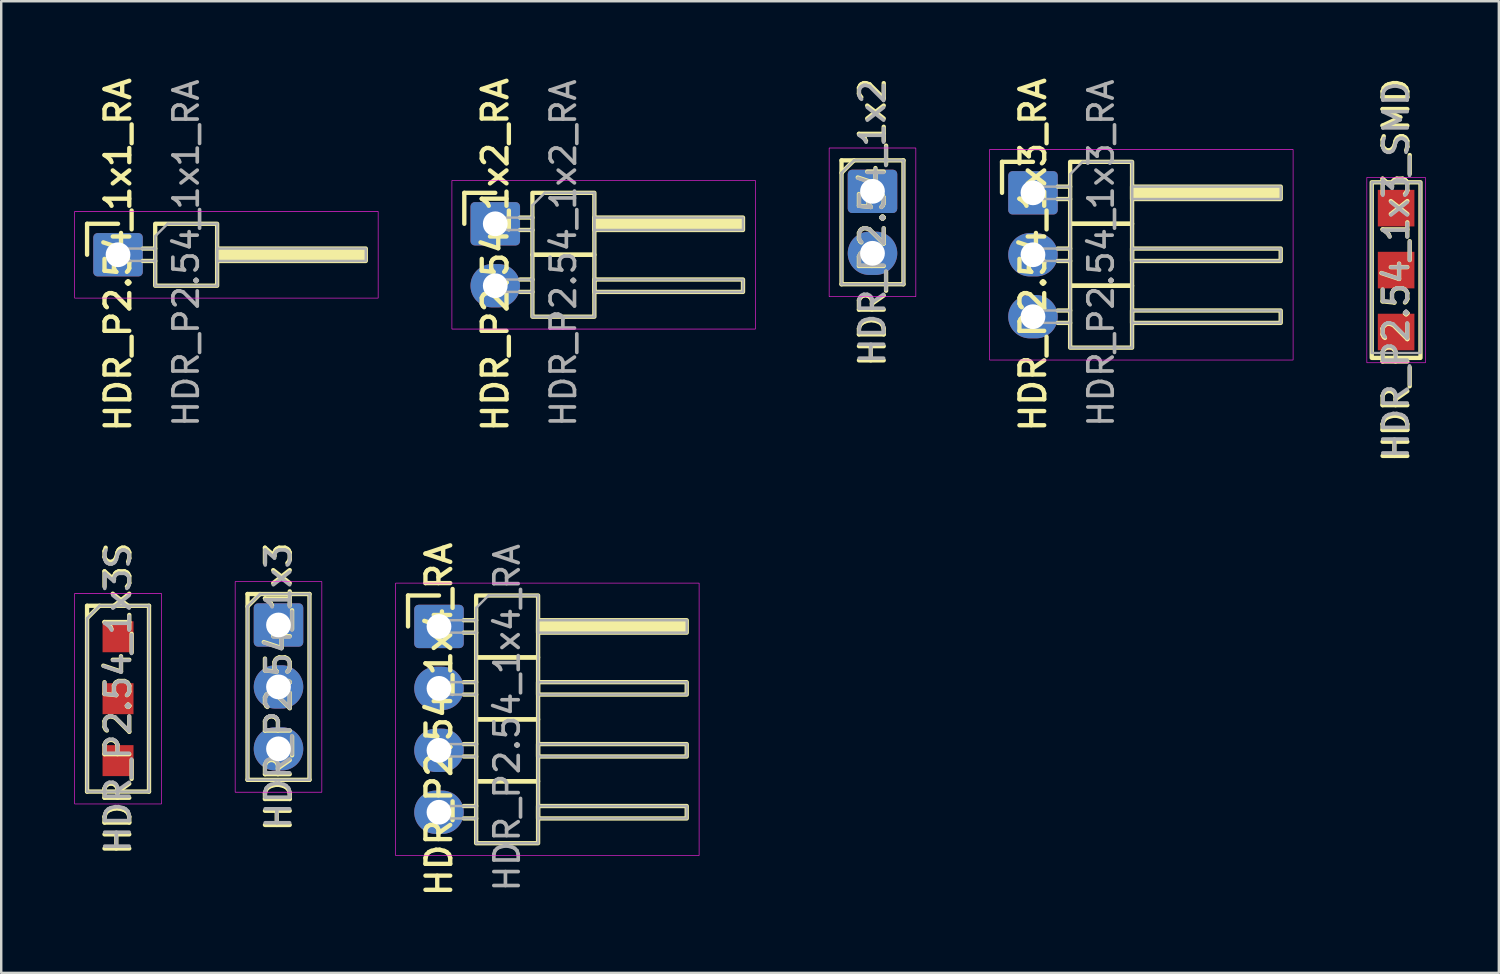
<source format=kicad_pcb>
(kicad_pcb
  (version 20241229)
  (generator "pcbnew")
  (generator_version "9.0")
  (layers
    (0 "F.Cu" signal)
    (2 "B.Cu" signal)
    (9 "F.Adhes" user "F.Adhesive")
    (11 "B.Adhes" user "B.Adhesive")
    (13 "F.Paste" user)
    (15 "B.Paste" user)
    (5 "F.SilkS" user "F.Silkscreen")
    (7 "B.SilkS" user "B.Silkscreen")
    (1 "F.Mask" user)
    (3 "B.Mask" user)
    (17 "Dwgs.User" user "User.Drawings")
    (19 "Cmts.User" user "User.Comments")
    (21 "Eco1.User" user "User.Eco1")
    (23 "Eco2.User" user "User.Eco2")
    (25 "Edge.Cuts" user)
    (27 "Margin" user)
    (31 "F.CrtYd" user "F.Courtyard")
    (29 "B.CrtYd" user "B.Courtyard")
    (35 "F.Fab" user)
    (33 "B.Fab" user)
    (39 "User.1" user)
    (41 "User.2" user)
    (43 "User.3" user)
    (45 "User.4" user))
  (footprint "HDR_P2.54_1x1_RA"
    (layer "F.Cu")
    (at 1.791 7.398)
    (property "Reference" "HDR_P2.54_1x1_RA" (at 0 0 90) (layer "F.SilkS") (effects (font (size 1.016 1.016) (thickness 0.178))))
    (attr through_hole)
    (fp_line (start -1.27 -1.27) (end 0 -1.27) (stroke (width 0.178) (type solid)) (layer "F.SilkS"))
    (fp_line (start -1.27 0) (end -1.27 -1.27) (stroke (width 0.178) (type solid)) (layer "F.SilkS"))
    (fp_line (start 1.016 -0.254) (end 1.524 -0.254) (stroke (width 0.178) (type solid)) (layer "F.SilkS"))
    (fp_line (start 1.016 0.254) (end 1.524 0.254) (stroke (width 0.178) (type solid)) (layer "F.SilkS"))
    (fp_rect (start 1.524 1.27) (end 4.064 -1.27) (stroke (width 0.178) (type solid)) (fill no) (layer "F.SilkS"))
    (fp_rect (start 4.064 -0.254) (end 10.16 0.254) (stroke (width 0.178) (type solid)) (fill yes) (layer "F.SilkS"))
    (fp_rect (start -1.778 -1.778) (end 10.668 1.778) (stroke (width 0.025) (type solid)) (fill no) (layer "F.CrtYd"))
    (fp_line (start 1.524 -0.762) (end 2.032 -1.27) (stroke (width 0.1) (type solid)) (layer "F.Fab"))
    (fp_line (start 1.524 1.27) (end 1.524 -0.762) (stroke (width 0.1) (type solid)) (layer "F.Fab"))
    (fp_line (start 2.032 -1.27) (end 4.064 -1.27) (stroke (width 0.1) (type solid)) (layer "F.Fab"))
    (fp_line (start 4.064 -1.27) (end 4.064 1.27) (stroke (width 0.1) (type solid)) (layer "F.Fab"))
    (fp_line (start 4.064 1.27) (end 1.524 1.27) (stroke (width 0.1) (type solid)) (layer "F.Fab"))
    (fp_rect (start -0.254 0.254) (end 1.524 -0.254) (stroke (width 0.1) (type solid)) (fill no) (layer "F.Fab"))
    (fp_rect (start 4.064 -0.254) (end 10.16 0.254) (stroke (width 0.1) (type solid)) (fill no) (layer "F.Fab"))
    (fp_text user "${REFERENCE}" (at 2.794 -0.066 90) (layer "F.Fab") (effects (font (size 1 1) (thickness 0.15))))
    (pad "1" thru_hole roundrect (at 0 0) (size 2.032 1.778) (drill 1.016) (layers "*.Cu" "*.Mask") (roundrect_rratio 0.1)))
  (footprint "HDR_P2.54_1x2_RA"
    (layer "F.Cu")
    (at 17.262 7.398)
    (property "Reference" "HDR_P2.54_1x2_RA" (at 0 0 90) (layer "F.SilkS") (effects (font (size 1.016 1.016) (thickness 0.178))))
    (attr through_hole)
    (fp_line (start -1.27 -2.54) (end 0 -2.54) (stroke (width 0.178) (type solid)) (layer "F.SilkS"))
    (fp_line (start -1.27 -1.27) (end -1.27 -2.54) (stroke (width 0.178) (type solid)) (layer "F.SilkS"))
    (fp_line (start 1.016 -1.524) (end 1.524 -1.524) (stroke (width 0.178) (type solid)) (layer "F.SilkS"))
    (fp_line (start 1.016 -1.016) (end 1.524 -1.016) (stroke (width 0.178) (type solid)) (layer "F.SilkS"))
    (fp_line (start 1.016 1.016) (end 1.524 1.016) (stroke (width 0.178) (type solid)) (layer "F.SilkS"))
    (fp_line (start 1.016 1.524) (end 1.524 1.524) (stroke (width 0.178) (type solid)) (layer "F.SilkS"))
    (fp_rect (start 1.524 0) (end 4.064 -2.54) (stroke (width 0.178) (type solid)) (fill no) (layer "F.SilkS"))
    (fp_rect (start 1.524 2.54) (end 4.064 0) (stroke (width 0.178) (type solid)) (fill no) (layer "F.SilkS"))
    (fp_rect (start 4.064 -1.524) (end 10.16 -1.016) (stroke (width 0.178) (type solid)) (fill yes) (layer "F.SilkS"))
    (fp_rect (start 4.064 1.016) (end 10.16 1.524) (stroke (width 0.178) (type solid)) (fill no) (layer "F.SilkS"))
    (fp_rect (start -1.778 -3.048) (end 10.668 3.048) (stroke (width 0.025) (type solid)) (fill no) (layer "F.CrtYd"))
    (fp_line (start 1.524 -2.032) (end 2.032 -2.54) (stroke (width 0.1) (type solid)) (layer "F.Fab"))
    (fp_line (start 1.524 2.54) (end 1.524 -2.032) (stroke (width 0.1) (type solid)) (layer "F.Fab"))
    (fp_line (start 2.032 -2.54) (end 4.064 -2.54) (stroke (width 0.1) (type solid)) (layer "F.Fab"))
    (fp_line (start 4.064 -2.54) (end 4.064 2.54) (stroke (width 0.1) (type solid)) (layer "F.Fab"))
    (fp_line (start 4.064 2.54) (end 1.524 2.54) (stroke (width 0.1) (type solid)) (layer "F.Fab"))
    (fp_rect (start -0.254 -1.524) (end 1.524 -1.016) (stroke (width 0.1) (type solid)) (fill no) (layer "F.Fab"))
    (fp_rect (start -0.254 1.524) (end 1.524 1.016) (stroke (width 0.1) (type solid)) (fill no) (layer "F.Fab"))
    (fp_rect (start 4.064 -1.524) (end 10.16 -1.016) (stroke (width 0.1) (type solid)) (fill no) (layer "F.Fab"))
    (fp_rect (start 4.064 1.016) (end 10.16 1.524) (stroke (width 0.1) (type solid)) (fill no) (layer "F.Fab"))
    (fp_text user "${REFERENCE}" (at 2.794 -0.066 90) (layer "F.Fab") (effects (font (size 1 1) (thickness 0.15))))
    (pad "1" thru_hole roundrect (at 0 -1.27) (size 2.032 1.778) (drill 1.016) (layers "*.Cu" "*.Mask") (roundrect_rratio 0.1))
    (pad "2" thru_hole oval (at 0 1.27) (size 2.032 1.778) (drill 1.016) (layers "*.Cu" "*.Mask")))
  (footprint "HDR_P2.54_1x2"
    (layer "F.Cu")
    (at 32.733 6.068)
    (property "Reference" "HDR_P2.54_1x2" (at 0 0 90) (layer "F.SilkS") (effects (font (size 1.016 1.016) (thickness 0.178))))
    (attr through_hole)
    (fp_line (start -1.27 -2.54) (end -1.27 2.54) (stroke (width 0.178) (type solid)) (layer "F.SilkS"))
    (fp_line (start -1.27 -2.54) (end 1.27 -2.54) (stroke (width 0.178) (type solid)) (layer "F.SilkS"))
    (fp_line (start -1.27 -2.032) (end -0.762 -2.54) (stroke (width 0.178) (type solid)) (layer "F.SilkS"))
    (fp_line (start -1.27 2.54) (end 1.27 2.54) (stroke (width 0.178) (type solid)) (layer "F.SilkS"))
    (fp_line (start 1.27 -2.54) (end 1.27 2.54) (stroke (width 0.178) (type solid)) (layer "F.SilkS"))
    (fp_rect (start -1.778 -3.048) (end 1.778 3.048) (stroke (width 0.025) (type solid)) (fill no) (layer "F.CrtYd"))
    (fp_line (start -1.27 -2.032) (end -0.762 -2.54) (stroke (width 0.1) (type solid)) (layer "F.Fab"))
    (fp_line (start -1.27 2.54) (end -1.27 -2.032) (stroke (width 0.1) (type solid)) (layer "F.Fab"))
    (fp_line (start -0.762 -2.54) (end 1.27 -2.54) (stroke (width 0.1) (type solid)) (layer "F.Fab"))
    (fp_line (start 1.27 -2.54) (end 1.27 2.54) (stroke (width 0.1) (type solid)) (layer "F.Fab"))
    (fp_line (start 1.27 2.54) (end -1.27 2.54) (stroke (width 0.1) (type solid)) (layer "F.Fab"))
    (fp_text user "${REFERENCE}" (at 0 0 90) (layer "F.Fab") (effects (font (size 1 1) (thickness 0.15))))
    (pad "1" thru_hole roundrect (at 0 -1.27) (size 2.032 1.778) (drill 1.016) (layers "*.Cu" "*.Mask") (roundrect_rratio 0.1))
    (pad "2" thru_hole oval (at 0 1.27) (size 2.032 1.778) (drill 1.016) (layers "*.Cu" "*.Mask")))
  (footprint "HDR_P2.54_1x3"
    (layer "F.Cu")
    (at 8.372 25.122)
    (property "Reference" "HDR_P2.54_1x3" (at 0 0 90) (layer "F.SilkS") (effects (font (size 1.016 1.016) (thickness 0.178))))
    (attr through_hole)
    (fp_line (start -1.27 -3.81) (end -1.27 3.81) (stroke (width 0.178) (type solid)) (layer "F.SilkS"))
    (fp_line (start -1.27 -3.81) (end 1.27 -3.81) (stroke (width 0.178) (type solid)) (layer "F.SilkS"))
    (fp_line (start -1.27 -3.302) (end -0.762 -3.81) (stroke (width 0.178) (type solid)) (layer "F.SilkS"))
    (fp_line (start -1.27 3.81) (end 1.27 3.81) (stroke (width 0.178) (type solid)) (layer "F.SilkS"))
    (fp_line (start 1.27 -3.81) (end 1.27 3.81) (stroke (width 0.178) (type solid)) (layer "F.SilkS"))
    (fp_rect (start -1.778 -4.318) (end 1.778 4.318) (stroke (width 0.025) (type solid)) (fill no) (layer "F.CrtYd"))
    (fp_line (start -1.27 -3.302) (end -0.762 -3.81) (stroke (width 0.1) (type solid)) (layer "F.Fab"))
    (fp_line (start -1.27 3.81) (end -1.27 -3.302) (stroke (width 0.1) (type solid)) (layer "F.Fab"))
    (fp_line (start -0.762 -3.81) (end 1.27 -3.81) (stroke (width 0.1) (type solid)) (layer "F.Fab"))
    (fp_line (start 1.27 -3.81) (end 1.27 3.81) (stroke (width 0.1) (type solid)) (layer "F.Fab"))
    (fp_line (start 1.27 3.81) (end -1.27 3.81) (stroke (width 0.1) (type solid)) (layer "F.Fab"))
    (fp_text user "${REFERENCE}" (at 0 0 90) (layer "F.Fab") (effects (font (size 1 1) (thickness 0.15))))
    (pad "1" thru_hole roundrect (at 0 -2.54) (size 2.032 1.778) (drill 1.016) (layers "*.Cu" "*.Mask") (roundrect_rratio 0.1))
    (pad "2" thru_hole oval (at 0 0) (size 2.032 1.778) (drill 1.016) (layers "*.Cu" "*.Mask"))
    (pad "3" thru_hole oval (at 0 2.54) (size 2.032 1.778) (drill 1.016) (layers "*.Cu" "*.Mask")))
  (footprint "HDR_P2.54_1x4_RA"
    (layer "F.Cu")
    (at 14.954 26.452)
    (property "Reference" "HDR_P2.54_1x4_RA" (at 0 0 90) (layer "F.SilkS") (effects (font (size 1.016 1.016) (thickness 0.178))))
    (attr through_hole)
    (fp_line (start -1.27 -5.08) (end 0 -5.08) (stroke (width 0.178) (type solid)) (layer "F.SilkS"))
    (fp_line (start -1.27 -3.81) (end -1.27 -5.08) (stroke (width 0.178) (type solid)) (layer "F.SilkS"))
    (fp_line (start 1.016 -4.064) (end 1.524 -4.064) (stroke (width 0.178) (type solid)) (layer "F.SilkS"))
    (fp_line (start 1.016 -3.556) (end 1.524 -3.556) (stroke (width 0.178) (type solid)) (layer "F.SilkS"))
    (fp_line (start 1.016 -1.524) (end 1.524 -1.524) (stroke (width 0.178) (type solid)) (layer "F.SilkS"))
    (fp_line (start 1.016 -1.016) (end 1.524 -1.016) (stroke (width 0.178) (type solid)) (layer "F.SilkS"))
    (fp_line (start 1.016 1.016) (end 1.524 1.016) (stroke (width 0.178) (type solid)) (layer "F.SilkS"))
    (fp_line (start 1.016 1.524) (end 1.524 1.524) (stroke (width 0.178) (type solid)) (layer "F.SilkS"))
    (fp_line (start 1.016 3.556) (end 1.524 3.556) (stroke (width 0.178) (type solid)) (layer "F.SilkS"))
    (fp_line (start 1.016 4.064) (end 1.524 4.064) (stroke (width 0.178) (type solid)) (layer "F.SilkS"))
    (fp_rect (start 1.524 -2.54) (end 4.064 -5.08) (stroke (width 0.178) (type solid)) (fill no) (layer "F.SilkS"))
    (fp_rect (start 1.524 0) (end 4.064 -2.54) (stroke (width 0.178) (type solid)) (fill no) (layer "F.SilkS"))
    (fp_rect (start 1.524 2.54) (end 4.064 0) (stroke (width 0.178) (type solid)) (fill no) (layer "F.SilkS"))
    (fp_rect (start 1.524 5.08) (end 4.064 2.54) (stroke (width 0.178) (type solid)) (fill no) (layer "F.SilkS"))
    (fp_rect (start 4.064 -4.064) (end 10.16 -3.556) (stroke (width 0.178) (type solid)) (fill yes) (layer "F.SilkS"))
    (fp_rect (start 4.064 -1.524) (end 10.16 -1.016) (stroke (width 0.178) (type solid)) (fill no) (layer "F.SilkS"))
    (fp_rect (start 4.064 1.016) (end 10.16 1.524) (stroke (width 0.178) (type solid)) (fill no) (layer "F.SilkS"))
    (fp_rect (start 4.064 3.556) (end 10.16 4.064) (stroke (width 0.178) (type solid)) (fill no) (layer "F.SilkS"))
    (fp_rect (start -1.778 -5.588) (end 10.668 5.588) (stroke (width 0.025) (type solid)) (fill no) (layer "F.CrtYd"))
    (fp_line (start 1.524 -4.572) (end 2.032 -5.08) (stroke (width 0.1) (type solid)) (layer "F.Fab"))
    (fp_line (start 1.524 5.08) (end 1.524 -4.572) (stroke (width 0.1) (type solid)) (layer "F.Fab"))
    (fp_line (start 2.032 -5.08) (end 4.064 -5.08) (stroke (width 0.1) (type solid)) (layer "F.Fab"))
    (fp_line (start 4.064 -5.08) (end 4.064 5.08) (stroke (width 0.1) (type solid)) (layer "F.Fab"))
    (fp_line (start 4.064 5.08) (end 1.524 5.08) (stroke (width 0.1) (type solid)) (layer "F.Fab"))
    (fp_rect (start -0.254 -4.064) (end 1.524 -3.556) (stroke (width 0.1) (type solid)) (fill no) (layer "F.Fab"))
    (fp_rect (start -0.254 -1.524) (end 1.524 -1.016) (stroke (width 0.1) (type solid)) (fill no) (layer "F.Fab"))
    (fp_rect (start -0.254 1.524) (end 1.524 1.016) (stroke (width 0.1) (type solid)) (fill no) (layer "F.Fab"))
    (fp_rect (start -0.254 3.556) (end 1.524 4.064) (stroke (width 0.1) (type solid)) (fill no) (layer "F.Fab"))
    (fp_rect (start 4.064 -4.064) (end 10.16 -3.556) (stroke (width 0.1) (type solid)) (fill no) (layer "F.Fab"))
    (fp_rect (start 4.064 -1.524) (end 10.16 -1.016) (stroke (width 0.1) (type solid)) (fill no) (layer "F.Fab"))
    (fp_rect (start 4.064 1.016) (end 10.16 1.524) (stroke (width 0.1) (type solid)) (fill no) (layer "F.Fab"))
    (fp_rect (start 4.064 3.556) (end 10.16 4.064) (stroke (width 0.1) (type solid)) (fill no) (layer "F.Fab"))
    (fp_text user "${REFERENCE}" (at 2.794 -0.066 90) (layer "F.Fab") (effects (font (size 1 1) (thickness 0.15))))
    (pad "1" thru_hole roundrect (at 0 -3.81) (size 2.032 1.778) (drill 1.016) (layers "*.Cu" "*.Mask") (roundrect_rratio 0.1))
    (pad "2" thru_hole oval (at 0 -1.27) (size 2.032 1.778) (drill 1.016) (layers "*.Cu" "*.Mask"))
    (pad "3" thru_hole oval (at 0 1.27) (size 2.032 1.778) (drill 1.016) (layers "*.Cu" "*.Mask"))
    (pad "4" thru_hole oval (at 0 3.81) (size 2.032 1.778) (drill 1.016) (layers "*.Cu" "*.Mask")))
  (footprint "HDR_P2.54_1x3_RA"
    (layer "F.Cu")
    (at 39.315 7.398)
    (property "Reference" "HDR_P2.54_1x3_RA" (at 0 0 90) (layer "F.SilkS") (effects (font (size 1.016 1.016) (thickness 0.178))))
    (attr through_hole)
    (fp_line (start -1.27 -3.81) (end 0 -3.81) (stroke (width 0.178) (type solid)) (layer "F.SilkS"))
    (fp_line (start -1.27 -2.54) (end -1.27 -3.81) (stroke (width 0.178) (type solid)) (layer "F.SilkS"))
    (fp_line (start 1.016 -2.794) (end 1.524 -2.794) (stroke (width 0.178) (type solid)) (layer "F.SilkS"))
    (fp_line (start 1.016 -2.286) (end 1.524 -2.286) (stroke (width 0.178) (type solid)) (layer "F.SilkS"))
    (fp_line (start 1.016 -0.254) (end 1.524 -0.254) (stroke (width 0.178) (type solid)) (layer "F.SilkS"))
    (fp_line (start 1.016 0.254) (end 1.524 0.254) (stroke (width 0.178) (type solid)) (layer "F.SilkS"))
    (fp_line (start 1.016 2.286) (end 1.524 2.286) (stroke (width 0.178) (type solid)) (layer "F.SilkS"))
    (fp_line (start 1.016 2.794) (end 1.524 2.794) (stroke (width 0.178) (type solid)) (layer "F.SilkS"))
    (fp_rect (start 1.524 -1.27) (end 4.064 -3.81) (stroke (width 0.178) (type solid)) (fill no) (layer "F.SilkS"))
    (fp_rect (start 1.524 1.27) (end 4.064 -1.27) (stroke (width 0.178) (type solid)) (fill no) (layer "F.SilkS"))
    (fp_rect (start 1.524 3.81) (end 4.064 1.27) (stroke (width 0.178) (type solid)) (fill no) (layer "F.SilkS"))
    (fp_rect (start 4.064 -2.794) (end 10.16 -2.286) (stroke (width 0.178) (type solid)) (fill yes) (layer "F.SilkS"))
    (fp_rect (start 4.064 -0.254) (end 10.16 0.254) (stroke (width 0.178) (type solid)) (fill no) (layer "F.SilkS"))
    (fp_rect (start 4.064 2.286) (end 10.16 2.794) (stroke (width 0.178) (type solid)) (fill no) (layer "F.SilkS"))
    (fp_rect (start -1.778 -4.318) (end 10.668 4.318) (stroke (width 0.025) (type solid)) (fill no) (layer "F.CrtYd"))
    (fp_line (start 1.524 -3.302) (end 2.032 -3.81) (stroke (width 0.1) (type solid)) (layer "F.Fab"))
    (fp_line (start 1.524 3.81) (end 1.524 -3.302) (stroke (width 0.1) (type solid)) (layer "F.Fab"))
    (fp_line (start 2.032 -3.81) (end 4.064 -3.81) (stroke (width 0.1) (type solid)) (layer "F.Fab"))
    (fp_line (start 4.064 -3.81) (end 4.064 3.81) (stroke (width 0.1) (type solid)) (layer "F.Fab"))
    (fp_line (start 4.064 3.81) (end 1.524 3.81) (stroke (width 0.1) (type solid)) (layer "F.Fab"))
    (fp_rect (start -0.254 -2.794) (end 1.524 -2.286) (stroke (width 0.1) (type solid)) (fill no) (layer "F.Fab"))
    (fp_rect (start -0.254 0.254) (end 1.524 -0.254) (stroke (width 0.1) (type solid)) (fill no) (layer "F.Fab"))
    (fp_rect (start -0.254 2.286) (end 1.524 2.794) (stroke (width 0.1) (type solid)) (fill no) (layer "F.Fab"))
    (fp_rect (start 4.064 -2.794) (end 10.16 -2.286) (stroke (width 0.1) (type solid)) (fill no) (layer "F.Fab"))
    (fp_rect (start 4.064 -0.254) (end 10.16 0.254) (stroke (width 0.1) (type solid)) (fill no) (layer "F.Fab"))
    (fp_rect (start 4.064 2.286) (end 10.16 2.794) (stroke (width 0.1) (type solid)) (fill no) (layer "F.Fab"))
    (fp_text user "${REFERENCE}" (at 2.794 -0.066 90) (layer "F.Fab") (effects (font (size 1 1) (thickness 0.15))))
    (pad "1" thru_hole roundrect (at 0 -2.54) (size 2.032 1.778) (drill 1.016) (layers "*.Cu" "*.Mask") (roundrect_rratio 0.1))
    (pad "2" thru_hole oval (at 0 0) (size 2.032 1.778) (drill 1.016) (layers "*.Cu" "*.Mask"))
    (pad "3" thru_hole oval (at 0 2.54) (size 2.032 1.778) (drill 1.016) (layers "*.Cu" "*.Mask")))
  (footprint "HDR_P2.54_1x3_SMD"
    (layer "F.Cu")
    (at 54.208 8.027)
    (property "Reference" "HDR_P2.54_1x3_SMD" (at 0 0 90) (layer "F.SilkS") (effects (font (size 1.016 1.016) (thickness 0.178))))
    (attr smd)
    (fp_rect (start -1 -3.6) (end 1 3.6) (stroke (width 0.178) (type solid)) (fill no) (layer "F.SilkS"))
    (fp_rect (start -1.2 -3.8) (end 1.2 3.8) (stroke (width 0.025) (type solid)) (fill no) (layer "F.CrtYd"))
    (fp_rect (start -1 3.4) (end 1 -3.6) (stroke (width 0.1) (type solid)) (fill no) (layer "F.Fab"))
    (fp_text user "${REFERENCE}" (at 0 0 90) (layer "F.Fab") (effects (font (size 1 1) (thickness 0.15))))
    (pad "1" smd rect (at 0 -2.54) (size 1.5 1.5) (layers "F.Cu" "F.Mask" "F.Paste"))
    (pad "2" smd rect (at 0 0) (size 1.5 1.5) (layers "F.Cu" "F.Mask" "F.Paste"))
    (pad "3" smd rect (at 0 2.54) (size 1.5 1.5) (layers "F.Cu" "F.Mask" "F.Paste")))
  (footprint "HDR_P2.54_1x3S"
    (layer "F.Cu")
    (at 1.791 25.605)
    (property "Reference" "HDR_P2.54_1x3S" (at 0 0 90) (layer "F.SilkS") (effects (font (size 1.016 1.016) (thickness 0.178))))
    (attr through_hole)
    (fp_line (start -1.27 -3.81) (end -1.27 3.81) (stroke (width 0.178) (type solid)) (layer "F.SilkS"))
    (fp_line (start -1.27 -3.81) (end 1.27 -3.81) (stroke (width 0.178) (type solid)) (layer "F.SilkS"))
    (fp_line (start -1.27 -3.302) (end -0.762 -3.81) (stroke (width 0.178) (type solid)) (layer "F.SilkS"))
    (fp_line (start -1.27 3.81) (end 1.27 3.81) (stroke (width 0.178) (type solid)) (layer "F.SilkS"))
    (fp_line (start 1.27 -3.81) (end 1.27 3.81) (stroke (width 0.178) (type solid)) (layer "F.SilkS"))
    (fp_rect (start -1.778 -4.318) (end 1.778 4.318) (stroke (width 0.025) (type solid)) (fill no) (layer "F.CrtYd"))
    (fp_line (start -1.27 -3.302) (end -0.762 -3.81) (stroke (width 0.1) (type solid)) (layer "F.Fab"))
    (fp_line (start -1.27 3.81) (end -1.27 -3.302) (stroke (width 0.1) (type solid)) (layer "F.Fab"))
    (fp_line (start -0.762 -3.81) (end 1.27 -3.81) (stroke (width 0.1) (type solid)) (layer "F.Fab"))
    (fp_line (start 1.27 -3.81) (end 1.27 3.81) (stroke (width 0.1) (type solid)) (layer "F.Fab"))
    (fp_line (start 1.27 3.81) (end -1.27 3.81) (stroke (width 0.1) (type solid)) (layer "F.Fab"))
    (fp_text user "${REFERENCE}" (at 0 0 90) (layer "F.Fab") (effects (font (size 1 1) (thickness 0.15))))
    (pad "1" smd rect (at 0 -2.54) (size 1.27 1.27) (layers "F.Cu" "F.Mask" "F.Paste"))
    (pad "2" smd rect (at 0 0) (size 1.27 1.27) (layers "F.Cu" "F.Mask" "F.Paste"))
    (pad "3" smd rect (at 0 2.54) (size 1.27 1.27) (layers "F.Cu" "F.Mask" "F.Paste")))
  (gr_rect
    (start -3 -3)
    (end 58.421 36.85)
    (stroke (width 0.1) (type default))
    (fill no)
    (layer "Edge.Cuts")))
</source>
